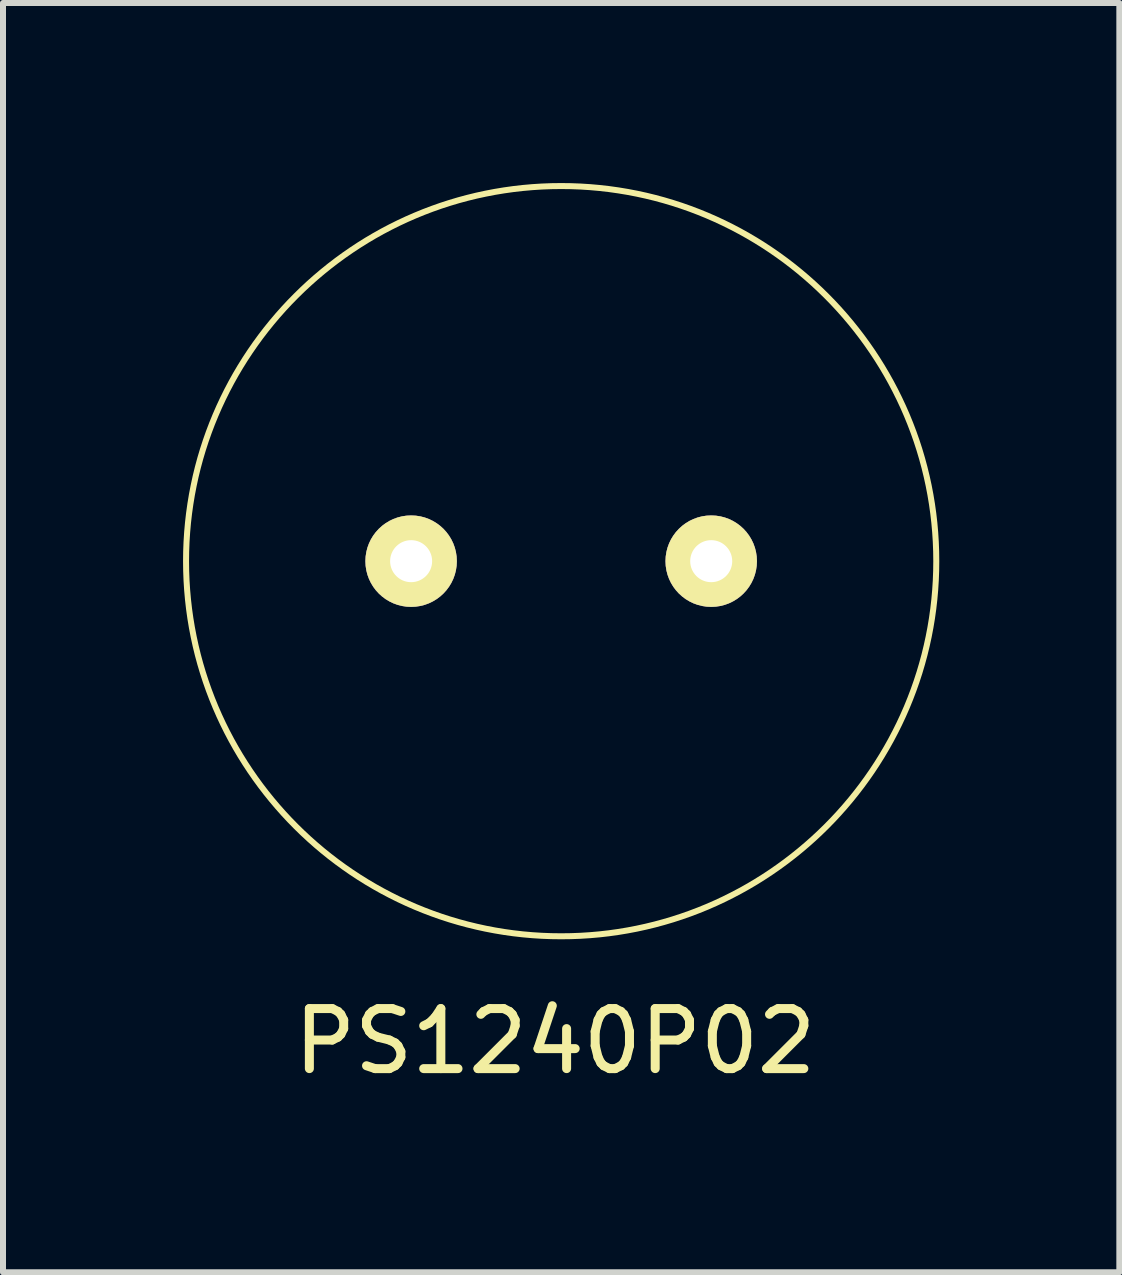
<source format=kicad_pcb>
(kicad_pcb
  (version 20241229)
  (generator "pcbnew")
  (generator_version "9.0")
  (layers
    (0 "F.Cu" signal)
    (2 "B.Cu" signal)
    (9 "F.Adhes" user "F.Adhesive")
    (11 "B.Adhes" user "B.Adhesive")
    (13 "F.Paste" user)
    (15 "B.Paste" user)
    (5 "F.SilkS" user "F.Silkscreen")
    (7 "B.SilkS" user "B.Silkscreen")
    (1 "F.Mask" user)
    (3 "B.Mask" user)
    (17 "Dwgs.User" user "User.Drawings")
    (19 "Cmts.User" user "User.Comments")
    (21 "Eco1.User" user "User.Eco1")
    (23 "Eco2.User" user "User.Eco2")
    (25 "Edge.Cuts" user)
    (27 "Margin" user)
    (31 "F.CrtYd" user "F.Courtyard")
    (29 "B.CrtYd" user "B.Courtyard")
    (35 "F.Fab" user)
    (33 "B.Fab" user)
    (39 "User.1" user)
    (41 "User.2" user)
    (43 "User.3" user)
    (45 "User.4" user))
  (footprint "PS1240P02"
    (layer "F.Cu")
    (at 6.3 6.3)
    (property "Reference" "PS1240P02" (at -0.1 8 0) (layer "F.SilkS") (effects (font (size 1 1) (thickness 0.15))))
    (attr through_hole)
    (fp_circle (center 0 0) (end 6.25 0) (stroke (width 0.1) (type solid)) (fill no) (layer "F.SilkS"))
    (pad "1" thru_hole circle (at -2.5 0) (size 1.524 1.524) (drill 0.7) (layers "*.Cu" "*.Mask" "F.SilkS"))
    (pad "2" thru_hole circle (at 2.5 0) (size 1.524 1.524) (drill 0.7) (layers "*.Cu" "*.Mask" "F.SilkS")))
  (gr_rect
    (start -3 -3)
    (end 15.6 18.148)
    (stroke (width 0.1) (type default))
    (fill no)
    (layer "Edge.Cuts")))
</source>
